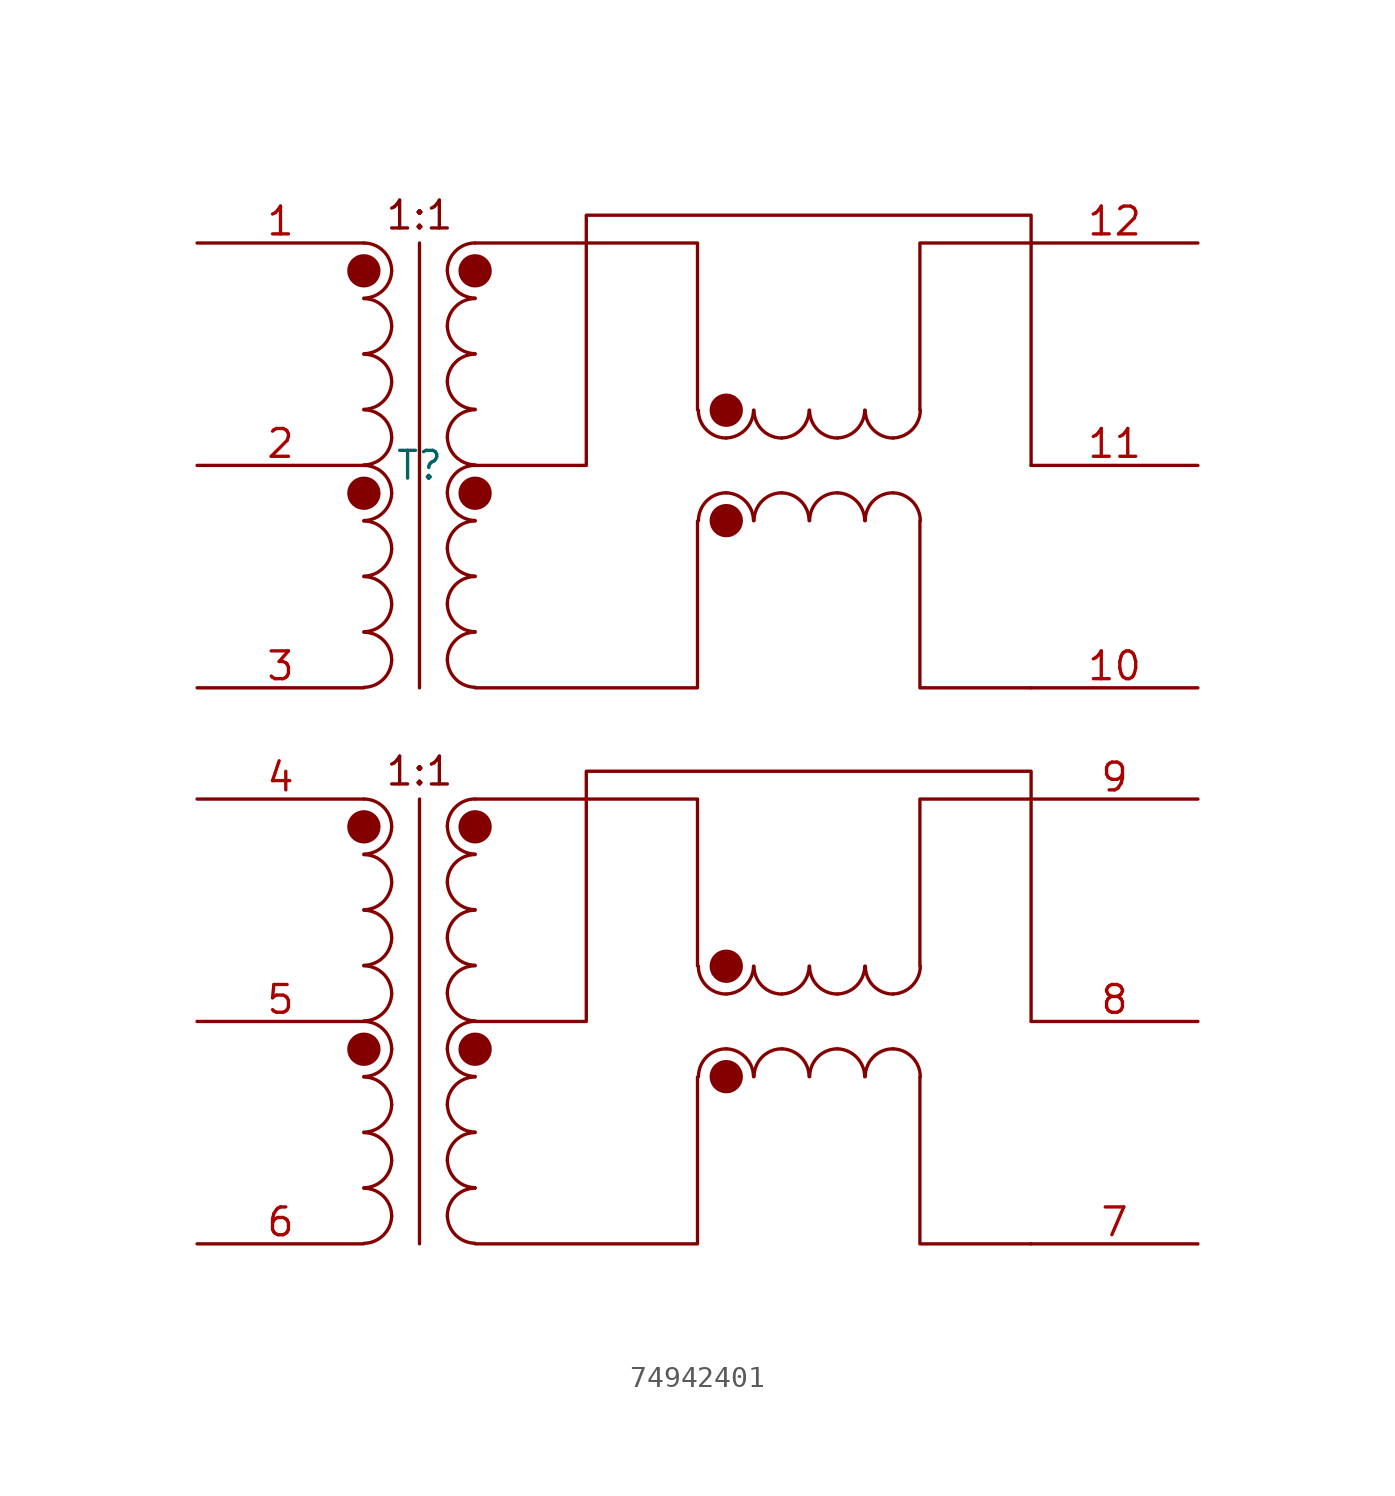
<source format=kicad_sym>
(kicad_symbol_lib
  (version 20220914)
  (generator kicad_symbol_editor)
  (symbol "74942401"
    (pin_names hide)
    (property "Reference" "T"
      (at 0 12.7 0)
      (effects (font (size 1.27 1.27))))
    (property "Critical Parameter" ""
      (at 0 -3.81 0)
      (effects (font (size 1.27 1.27)) (justify left)))
    (symbol "74942401_0_1"
      (arc (start -2.54 -22.8346) (mid -1.6561 -22.4663) (end -1.27 -21.59) (stroke (width 0) (type default)) (fill (type none)))
      (arc (start -2.54 -20.2946) (mid -1.6561 -19.9263) (end -1.27 -19.05) (stroke (width 0) (type default)) (fill (type none)))
      (arc (start -2.54 -17.7546) (mid -1.6561 -17.3863) (end -1.27 -16.51) (stroke (width 0) (type default)) (fill (type none)))
      (arc (start -2.54 -15.2146) (mid -1.6561 -14.8463) (end -1.27 -13.97) (stroke (width 0) (type default)) (fill (type none)))
      (arc (start -2.54 -12.6746) (mid -1.6561 -12.3063) (end -1.27 -11.43) (stroke (width 0) (type default)) (fill (type none)))
      (arc (start -2.54 -10.1346) (mid -1.6561 -9.7663) (end -1.27 -8.89) (stroke (width 0) (type default)) (fill (type none)))
      (arc (start -2.54 -7.5946) (mid -1.6561 -7.2263) (end -1.27 -6.35) (stroke (width 0) (type default)) (fill (type none)))
      (arc (start -2.54 -5.0546) (mid -1.6561 -4.6863) (end -1.27 -3.81) (stroke (width 0) (type default)) (fill (type none)))
      (arc (start -2.54 2.5654) (mid -1.6561 2.9337) (end -1.27 3.81) (stroke (width 0) (type default)) (fill (type none)))
      (arc (start -2.54 5.1054) (mid -1.6561 5.4737) (end -1.27 6.35) (stroke (width 0) (type default)) (fill (type none)))
      (arc (start -2.54 7.6454) (mid -1.6561 8.0137) (end -1.27 8.89) (stroke (width 0) (type default)) (fill (type none)))
      (arc (start -2.54 10.1854) (mid -1.6561 10.5537) (end -1.27 11.43) (stroke (width 0) (type default)) (fill (type none)))
      (arc (start -2.54 12.7254) (mid -1.6561 13.0937) (end -1.27 13.97) (stroke (width 0) (type default)) (fill (type none)))
      (arc (start -2.54 15.2654) (mid -1.6561 15.6337) (end -1.27 16.51) (stroke (width 0) (type default)) (fill (type none)))
      (arc (start -2.54 17.8054) (mid -1.6561 18.1737) (end -1.27 19.05) (stroke (width 0) (type default)) (fill (type none)))
      (arc (start -2.54 20.3454) (mid -1.6561 20.7137) (end -1.27 21.59) (stroke (width 0) (type default)) (fill (type none)))
      (arc (start -1.27 -21.59) (mid -1.642 -20.692) (end -2.54 -20.32) (stroke (width 0) (type default)) (fill (type none)))
      (arc (start -1.27 -19.05) (mid -1.642 -18.152) (end -2.54 -17.78) (stroke (width 0) (type default)) (fill (type none)))
      (arc (start -1.27 -16.51) (mid -1.642 -15.612) (end -2.54 -15.24) (stroke (width 0) (type default)) (fill (type none)))
      (arc (start -1.27 -13.97) (mid -1.642 -13.072) (end -2.54 -12.7) (stroke (width 0) (type default)) (fill (type none)))
      (arc (start -1.27 -11.43) (mid -1.642 -10.532) (end -2.54 -10.16) (stroke (width 0) (type default)) (fill (type none)))
      (arc (start -1.27 -8.89) (mid -1.642 -7.992) (end -2.54 -7.62) (stroke (width 0) (type default)) (fill (type none)))
      (arc (start -1.27 -6.35) (mid -1.642 -5.452) (end -2.54 -5.08) (stroke (width 0) (type default)) (fill (type none)))
      (arc (start -1.27 -3.81) (mid -1.642 -2.912) (end -2.54 -2.54) (stroke (width 0) (type default)) (fill (type none)))
      (arc (start -1.27 3.81) (mid -1.642 4.708) (end -2.54 5.08) (stroke (width 0) (type default)) (fill (type none)))
      (arc (start -1.27 6.35) (mid -1.642 7.248) (end -2.54 7.62) (stroke (width 0) (type default)) (fill (type none)))
      (arc (start -1.27 8.89) (mid -1.642 9.788) (end -2.54 10.16) (stroke (width 0) (type default)) (fill (type none)))
      (arc (start -1.27 11.43) (mid -1.642 12.328) (end -2.54 12.7) (stroke (width 0) (type default)) (fill (type none)))
      (arc (start -1.27 13.97) (mid -1.642 14.868) (end -2.54 15.24) (stroke (width 0) (type default)) (fill (type none)))
      (arc (start -1.27 16.51) (mid -1.642 17.408) (end -2.54 17.78) (stroke (width 0) (type default)) (fill (type none)))
      (arc (start -1.27 19.05) (mid -1.642 19.948) (end -2.54 20.32) (stroke (width 0) (type default)) (fill (type none)))
      (arc (start -1.27 21.59) (mid -1.642 22.488) (end -2.54 22.86) (stroke (width 0) (type default)) (fill (type none)))
      (polyline (pts (xy 0 -22.86) (xy 0 -2.54)) (stroke (width 0) (type default)) (fill (type none)))
      (polyline (pts (xy 0 2.54) (xy 0 22.86)) (stroke (width 0) (type default)) (fill (type none)))
      (polyline (pts (xy 2.54 -22.86) (xy 12.7 -22.86) (xy 12.7 -15.24)) (stroke (width 0) (type default)) (fill (type none)))
      (polyline (pts (xy 2.54 -2.54) (xy 12.7 -2.54) (xy 12.7 -10.16)) (stroke (width 0) (type default)) (fill (type none)))
      (polyline (pts (xy 2.54 2.54) (xy 12.7 2.54) (xy 12.7 10.16)) (stroke (width 0) (type default)) (fill (type none)))
      (polyline (pts (xy 2.54 22.86) (xy 12.7 22.86) (xy 12.7 15.24)) (stroke (width 0) (type default)) (fill (type none)))
      (polyline (pts (xy 22.86 -15.24) (xy 22.86 -22.86) (xy 27.94 -22.86)) (stroke (width 0) (type default)) (fill (type none)))
      (polyline (pts (xy 22.86 -10.16) (xy 22.86 -2.54) (xy 27.94 -2.54)) (stroke (width 0) (type default)) (fill (type none)))
      (polyline (pts (xy 22.86 10.16) (xy 22.86 2.54) (xy 27.94 2.54)) (stroke (width 0) (type default)) (fill (type none)))
      (polyline (pts (xy 22.86 15.24) (xy 22.86 22.86) (xy 27.94 22.86)) (stroke (width 0) (type default)) (fill (type none)))
      (polyline (pts (xy 2.54 -12.7) (xy 7.62 -12.7) (xy 7.62 -1.27) (xy 27.94 -1.27) (xy 27.94 -12.7)) (stroke (width 0) (type default)) (fill (type none)))
      (polyline (pts (xy 2.54 12.7) (xy 7.62 12.7) (xy 7.62 24.13) (xy 27.94 24.13) (xy 27.94 12.7)) (stroke (width 0) (type default)) (fill (type none)))
      (arc (start 1.27 -21.59) (mid 1.6561 -22.4663) (end 2.54 -22.8346) (stroke (width 0) (type default)) (fill (type none)))
      (arc (start 1.27 -19.05) (mid 1.6561 -19.9263) (end 2.54 -20.2946) (stroke (width 0) (type default)) (fill (type none)))
      (arc (start 1.27 -16.51) (mid 1.6561 -17.3863) (end 2.54 -17.7546) (stroke (width 0) (type default)) (fill (type none)))
      (arc (start 1.27 -13.97) (mid 1.6561 -14.8463) (end 2.54 -15.2146) (stroke (width 0) (type default)) (fill (type none)))
      (arc (start 1.27 -11.43) (mid 1.6561 -12.3063) (end 2.54 -12.6746) (stroke (width 0) (type default)) (fill (type none)))
      (arc (start 1.27 -8.89) (mid 1.6561 -9.7663) (end 2.54 -10.1346) (stroke (width 0) (type default)) (fill (type none)))
      (arc (start 1.27 -6.35) (mid 1.6561 -7.2263) (end 2.54 -7.5946) (stroke (width 0) (type default)) (fill (type none)))
      (arc (start 1.27 -3.81) (mid 1.6561 -4.6863) (end 2.54 -5.0546) (stroke (width 0) (type default)) (fill (type none)))
      (arc (start 1.27 3.81) (mid 1.6561 2.9337) (end 2.54 2.5654) (stroke (width 0) (type default)) (fill (type none)))
      (arc (start 1.27 6.35) (mid 1.6561 5.4737) (end 2.54 5.1054) (stroke (width 0) (type default)) (fill (type none)))
      (arc (start 1.27 8.89) (mid 1.6561 8.0137) (end 2.54 7.6454) (stroke (width 0) (type default)) (fill (type none)))
      (arc (start 1.27 11.43) (mid 1.6561 10.5537) (end 2.54 10.1854) (stroke (width 0) (type default)) (fill (type none)))
      (arc (start 1.27 13.97) (mid 1.6561 13.0937) (end 2.54 12.7254) (stroke (width 0) (type default)) (fill (type none)))
      (arc (start 1.27 16.51) (mid 1.6561 15.6337) (end 2.54 15.2654) (stroke (width 0) (type default)) (fill (type none)))
      (arc (start 1.27 19.05) (mid 1.6561 18.1737) (end 2.54 17.8054) (stroke (width 0) (type default)) (fill (type none)))
      (arc (start 1.27 21.59) (mid 1.6561 20.7137) (end 2.54 20.3454) (stroke (width 0) (type default)) (fill (type none)))
      (arc (start 2.54 -20.32) (mid 1.642 -20.692) (end 1.27 -21.59) (stroke (width 0) (type default)) (fill (type none)))
      (arc (start 2.54 -17.78) (mid 1.642 -18.152) (end 1.27 -19.05) (stroke (width 0) (type default)) (fill (type none)))
      (arc (start 2.54 -15.24) (mid 1.642 -15.612) (end 1.27 -16.51) (stroke (width 0) (type default)) (fill (type none)))
      (arc (start 2.54 -12.7) (mid 1.642 -13.072) (end 1.27 -13.97) (stroke (width 0) (type default)) (fill (type none)))
      (arc (start 2.54 -10.16) (mid 1.642 -10.532) (end 1.27 -11.43) (stroke (width 0) (type default)) (fill (type none)))
      (arc (start 2.54 -7.62) (mid 1.642 -7.992) (end 1.27 -8.89) (stroke (width 0) (type default)) (fill (type none)))
      (arc (start 2.54 -5.08) (mid 1.642 -5.452) (end 1.27 -6.35) (stroke (width 0) (type default)) (fill (type none)))
      (arc (start 2.54 -2.54) (mid 1.642 -2.912) (end 1.27 -3.81) (stroke (width 0) (type default)) (fill (type none)))
      (arc (start 2.54 5.08) (mid 1.642 4.708) (end 1.27 3.81) (stroke (width 0) (type default)) (fill (type none)))
      (arc (start 2.54 7.62) (mid 1.642 7.248) (end 1.27 6.35) (stroke (width 0) (type default)) (fill (type none)))
      (arc (start 2.54 10.16) (mid 1.642 9.788) (end 1.27 8.89) (stroke (width 0) (type default)) (fill (type none)))
      (arc (start 2.54 12.7) (mid 1.642 12.328) (end 1.27 11.43) (stroke (width 0) (type default)) (fill (type none)))
      (arc (start 2.54 15.24) (mid 1.642 14.868) (end 1.27 13.97) (stroke (width 0) (type default)) (fill (type none)))
      (arc (start 2.54 17.78) (mid 1.642 17.408) (end 1.27 16.51) (stroke (width 0) (type default)) (fill (type none)))
      (arc (start 2.54 20.32) (mid 1.642 19.948) (end 1.27 19.05) (stroke (width 0) (type default)) (fill (type none)))
      (arc (start 2.54 22.86) (mid 1.642 22.488) (end 1.27 21.59) (stroke (width 0) (type default)) (fill (type none)))
      (arc (start 12.7445 -10.1785) (mid 13.1166 -11.0764) (end 14.0145 -11.4485) (stroke (width 0) (type default)) (fill (type none)))
      (arc (start 12.7445 15.2215) (mid 13.1166 14.3236) (end 14.0145 13.9515) (stroke (width 0) (type default)) (fill (type none)))
      (arc (start 14.0145 -13.9515) (mid 13.1166 -14.3236) (end 12.7445 -15.2215) (stroke (width 0) (type default)) (fill (type none)))
      (arc (start 14.0145 -11.4485) (mid 14.8908 -11.0624) (end 15.2591 -10.1785) (stroke (width 0) (type default)) (fill (type none)))
      (arc (start 14.0145 11.4485) (mid 13.1166 11.0764) (end 12.7445 10.1785) (stroke (width 0) (type default)) (fill (type none)))
      (arc (start 14.0145 13.9515) (mid 14.8908 14.3376) (end 15.2591 15.2215) (stroke (width 0) (type default)) (fill (type none)))
      (arc (start 15.2591 -15.2215) (mid 14.8908 -14.3376) (end 14.0145 -13.9515) (stroke (width 0) (type default)) (fill (type none)))
      (arc (start 15.2591 10.1785) (mid 14.8908 11.0624) (end 14.0145 11.4485) (stroke (width 0) (type default)) (fill (type none)))
      (arc (start 15.2845 -10.1785) (mid 15.6566 -11.0764) (end 16.5545 -11.4485) (stroke (width 0) (type default)) (fill (type none)))
      (arc (start 15.2845 15.2215) (mid 15.6566 14.3236) (end 16.5545 13.9515) (stroke (width 0) (type default)) (fill (type none)))
      (arc (start 16.5545 -13.9515) (mid 15.6566 -14.3236) (end 15.2845 -15.2215) (stroke (width 0) (type default)) (fill (type none)))
      (arc (start 16.5545 -11.4485) (mid 17.4308 -11.0624) (end 17.7991 -10.1785) (stroke (width 0) (type default)) (fill (type none)))
      (arc (start 16.5545 11.4485) (mid 15.6566 11.0764) (end 15.2845 10.1785) (stroke (width 0) (type default)) (fill (type none)))
      (arc (start 16.5545 13.9515) (mid 17.4308 14.3376) (end 17.7991 15.2215) (stroke (width 0) (type default)) (fill (type none)))
      (arc (start 17.7991 -15.2215) (mid 17.4308 -14.3376) (end 16.5545 -13.9515) (stroke (width 0) (type default)) (fill (type none)))
      (arc (start 17.7991 10.1785) (mid 17.4308 11.0624) (end 16.5545 11.4485) (stroke (width 0) (type default)) (fill (type none)))
      (arc (start 17.8245 -10.1785) (mid 18.1966 -11.0764) (end 19.0945 -11.4485) (stroke (width 0) (type default)) (fill (type none)))
      (arc (start 17.8245 15.2215) (mid 18.1962 14.3241) (end 19.0945 13.9515) (stroke (width 0) (type default)) (fill (type none)))
      (arc (start 19.0945 -13.9515) (mid 18.1977 -14.3226) (end 17.8245 -15.2215) (stroke (width 0) (type default)) (fill (type none)))
      (arc (start 19.0945 -11.4485) (mid 19.9708 -11.0624) (end 20.3391 -10.1785) (stroke (width 0) (type default)) (fill (type none)))
      (arc (start 19.0945 11.4485) (mid 18.1941 11.078) (end 17.8245 10.1785) (stroke (width 0) (type default)) (fill (type none)))
      (arc (start 19.0945 13.9515) (mid 19.9708 14.3376) (end 20.3391 15.2215) (stroke (width 0) (type default)) (fill (type none)))
      (arc (start 20.3391 -15.2215) (mid 19.9708 -14.3376) (end 19.0945 -13.9515) (stroke (width 0) (type default)) (fill (type none)))
      (arc (start 20.3391 10.1785) (mid 19.9708 11.0624) (end 19.0945 11.4485) (stroke (width 0) (type default)) (fill (type none)))
      (arc (start 20.3645 -10.1785) (mid 20.7356 -11.0794) (end 21.6345 -11.4485) (stroke (width 0) (type default)) (fill (type none)))
      (arc (start 20.3645 15.2215) (mid 20.7362 14.3241) (end 21.6345 13.9515) (stroke (width 0) (type default)) (fill (type none)))
      (arc (start 21.6345 -13.9515) (mid 20.7377 -14.3226) (end 20.3645 -15.2215) (stroke (width 0) (type default)) (fill (type none)))
      (arc (start 21.6345 -11.4485) (mid 22.5108 -11.0624) (end 22.8791 -10.1785) (stroke (width 0) (type default)) (fill (type none)))
      (arc (start 21.6345 11.4485) (mid 20.7341 11.078) (end 20.3645 10.1785) (stroke (width 0) (type default)) (fill (type none)))
      (arc (start 21.6345 13.9515) (mid 22.5108 14.3376) (end 22.8791 15.2215) (stroke (width 0) (type default)) (fill (type none)))
      (arc (start 22.8791 -15.2215) (mid 22.5108 -14.3376) (end 21.6345 -13.9515) (stroke (width 0) (type default)) (fill (type none)))
      (arc (start 22.8791 10.1785) (mid 22.5108 11.0624) (end 21.6345 11.4485) (stroke (width 0) (type default)) (fill (type none))))
    (symbol "74942401_1_1"
      (circle (center -2.54 -13.97) (radius 0.0001) (stroke (width 0.762) (type default)) (fill (type none)))
      (circle (center -2.54 -3.81) (radius 0.0001) (stroke (width 0.762) (type default)) (fill (type none)))
      (circle (center -2.54 11.43) (radius 0.0001) (stroke (width 0.762) (type default)) (fill (type none)))
      (circle (center -2.54 21.59) (radius 0.0001) (stroke (width 0.762) (type default)) (fill (type none)))
      (circle (center 2.54 -13.97) (radius 0.0001) (stroke (width 0.762) (type default)) (fill (type none)))
      (circle (center 2.54 -3.81) (radius 0.0001) (stroke (width 0.762) (type default)) (fill (type none)))
      (circle (center 2.54 11.43) (radius 0.0001) (stroke (width 0.762) (type default)) (fill (type none)))
      (circle (center 2.54 21.59) (radius 0.0001) (stroke (width 0.762) (type default)) (fill (type none)))
      (circle (center 14.014 -15.222) (radius 0.0001) (stroke (width 0.762) (type default)) (fill (type none)))
      (circle (center 14.014 -10.178) (radius 0.0001) (stroke (width 0.762) (type default)) (fill (type none)))
      (circle (center 14.014 10.178) (radius 0.0001) (stroke (width 0.762) (type default)) (fill (type none)))
      (circle (center 14.014 15.222) (radius 0.0001) (stroke (width 0.762) (type default)) (fill (type none)))
      (text "1:1" (at 0 -1.27 0) (effects (font (size 1.27 1.27))))
      (text "1:1" (at 0 24.13 0) (effects (font (size 1.27 1.27))))
      (pin passive line (at -10.16 22.86 0) (length 7.62) (name "RD+" (effects (font (size 1.27 1.27)))) (number "1" (effects (font (size 1.27 1.27)))))
      (pin passive line (at 35.56 2.54 180) (length 7.62) (name "RX-" (effects (font (size 1.27 1.27)))) (number "10" (effects (font (size 1.27 1.27)))))
      (pin passive line (at 35.56 12.7 180) (length 7.62) (name "CRX" (effects (font (size 1.27 1.27)))) (number "11" (effects (font (size 1.27 1.27)))))
      (pin passive line (at 35.56 22.86 180) (length 7.62) (name "RX+" (effects (font (size 1.27 1.27)))) (number "12" (effects (font (size 1.27 1.27)))))
      (pin passive line (at -10.16 12.7 0) (length 7.62) (name "CRD" (effects (font (size 1.27 1.27)))) (number "2" (effects (font (size 1.27 1.27)))))
      (pin passive line (at -10.16 2.54 0) (length 7.62) (name "RD-" (effects (font (size 1.27 1.27)))) (number "3" (effects (font (size 1.27 1.27)))))
      (pin passive line (at -10.16 -2.54 0) (length 7.62) (name "TD+" (effects (font (size 1.27 1.27)))) (number "4" (effects (font (size 1.27 1.27)))))
      (pin passive line (at -10.16 -12.7 0) (length 7.62) (name "CTD" (effects (font (size 1.27 1.27)))) (number "5" (effects (font (size 1.27 1.27)))))
      (pin passive line (at -10.16 -22.86 0) (length 7.62) (name "TD-" (effects (font (size 1.27 1.27)))) (number "6" (effects (font (size 1.27 1.27)))))
      (pin passive line (at 35.56 -22.86 180) (length 7.62) (name "TX-" (effects (font (size 1.27 1.27)))) (number "7" (effects (font (size 1.27 1.27)))))
      (pin passive line (at 35.56 -12.7 180) (length 7.62) (name "CTX" (effects (font (size 1.27 1.27)))) (number "8" (effects (font (size 1.27 1.27)))))
      (pin passive line (at 35.56 -2.54 180) (length 7.62) (name "TX+" (effects (font (size 1.27 1.27)))) (number "9" (effects (font (size 1.27 1.27))))))))
</source>
